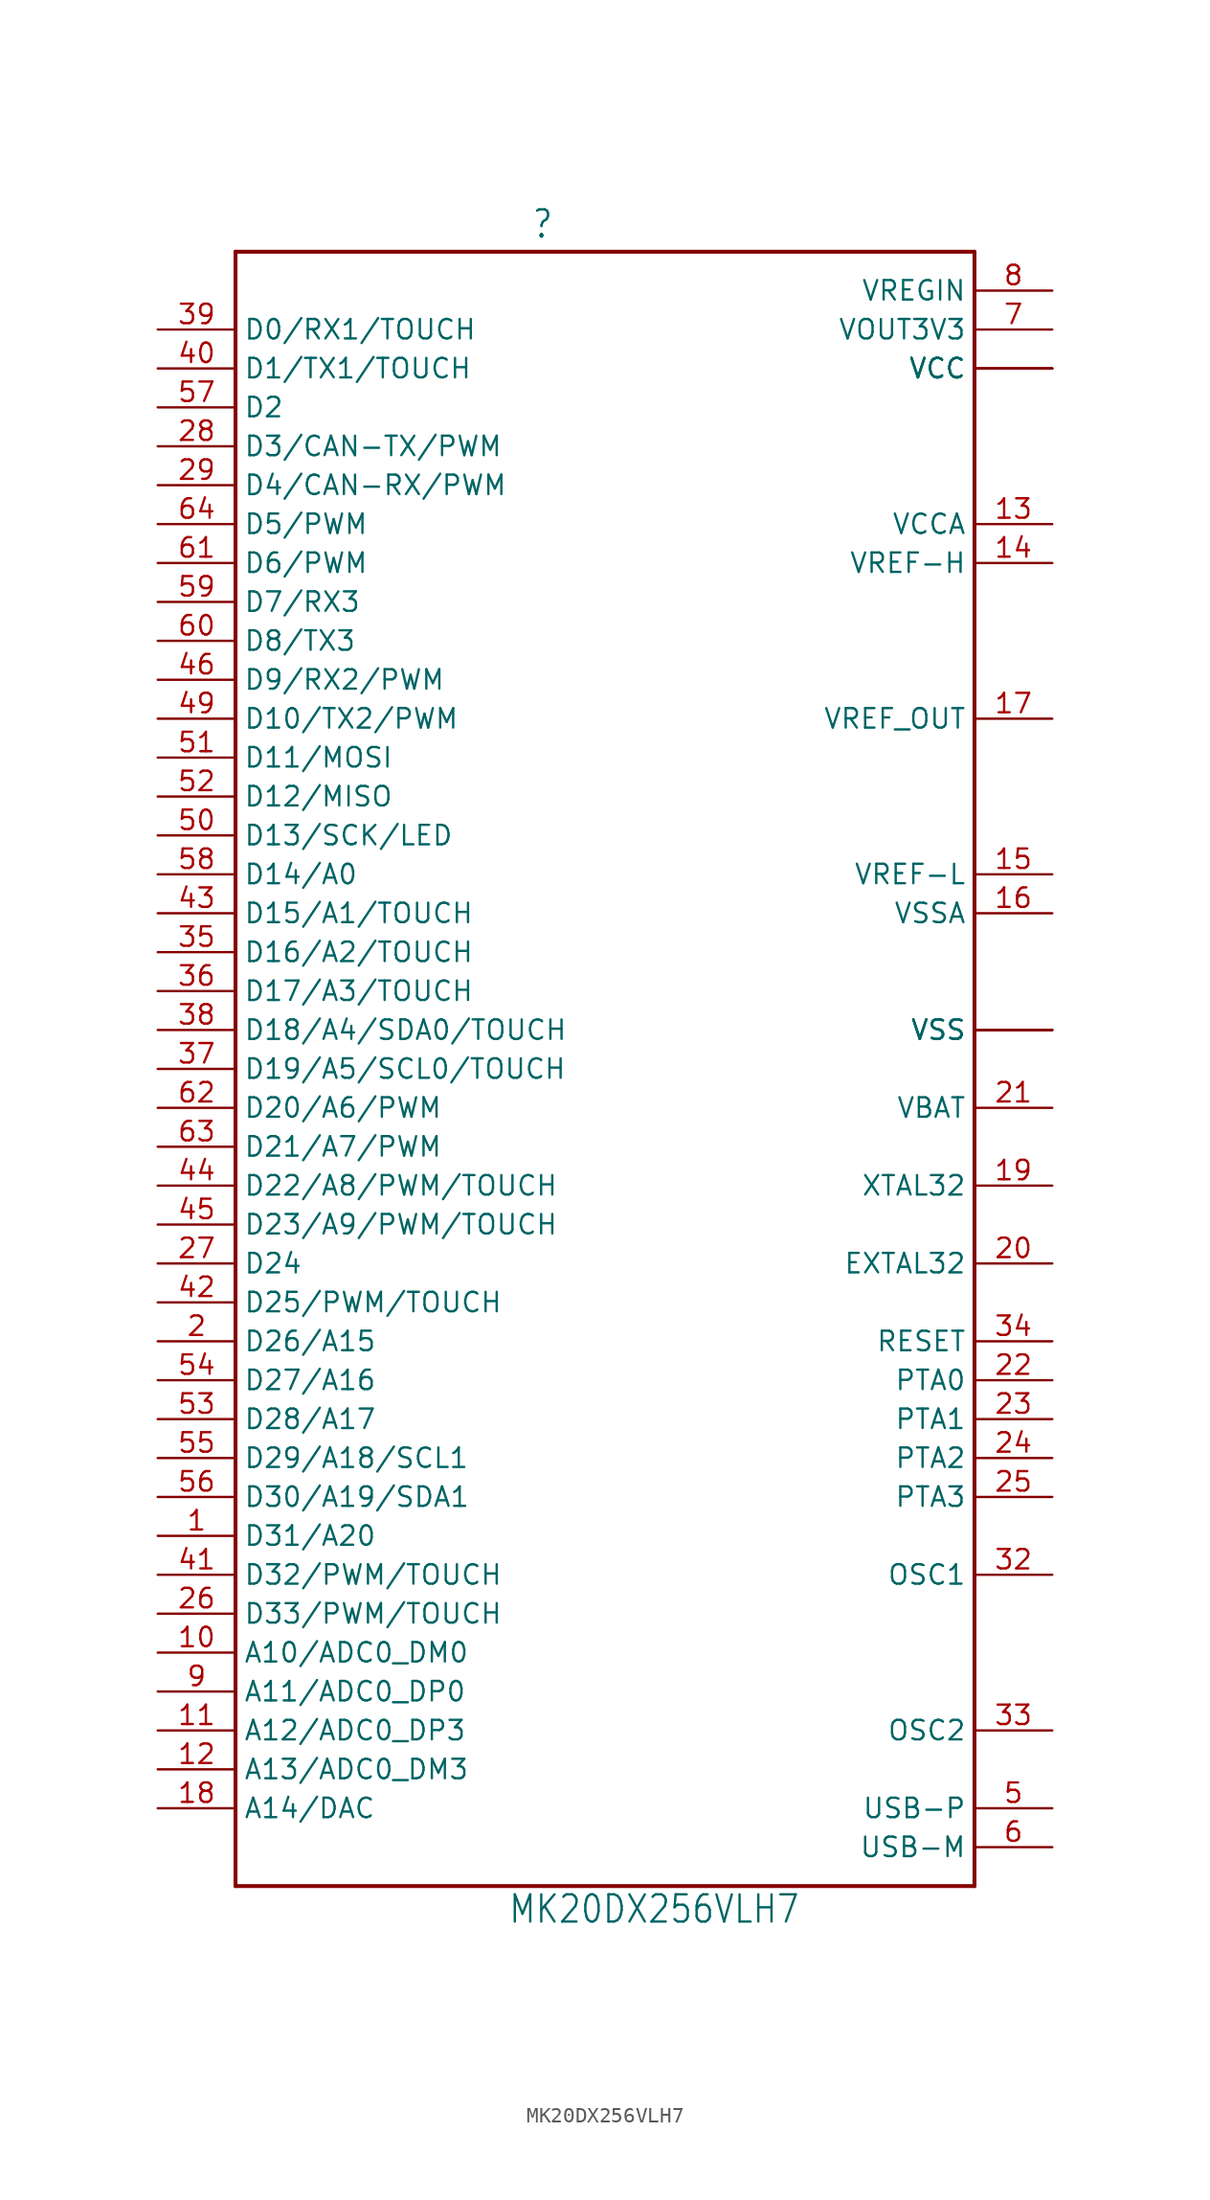
<source format=kicad_sym>
(kicad_symbol_lib
  (version 20211014)
  (generator kicad_symbol_editor)
  (symbol "MK20DX256VLH7"
    (property "Reference" ""
      (at -3.556 56.642 0)
      (effects (font (size 1.778 1.511)) (justify left bottom)))
    (property "Value" "MK20DX256VLH7"
      (at -5.08 -53.34 0)
      (effects (font (size 1.778 1.511)) (justify left bottom)))
    (property "ki_locked" ""
      (at 0 0 0)
      (effects (font (size 1.27 1.27))))
    (symbol "MK20DX256VLH7_1_0"
      (polyline (pts (xy -22.86 -50.8) (xy -22.86 55.88)) (stroke (width 0.254) (type default) (color 0 0 0 0)) (fill (type none)))
      (polyline (pts (xy -22.86 55.88) (xy 25.4 55.88)) (stroke (width 0.254) (type default) (color 0 0 0 0)) (fill (type none)))
      (polyline (pts (xy 25.4 -50.8) (xy -22.86 -50.8)) (stroke (width 0.254) (type default) (color 0 0 0 0)) (fill (type none)))
      (polyline (pts (xy 25.4 55.88) (xy 25.4 -50.8)) (stroke (width 0.254) (type default) (color 0 0 0 0)) (fill (type none)))
      (pin bidirectional line (at -27.94 -27.94 0) (length 5.08) (name "D31/A20" (effects (font (size 1.27 1.27)))) (number "1" (effects (font (size 1.27 1.27)))))
      (pin bidirectional line (at -27.94 -35.56 0) (length 5.08) (name "A10/ADC0_DM0" (effects (font (size 1.27 1.27)))) (number "10" (effects (font (size 1.27 1.27)))))
      (pin bidirectional line (at -27.94 -40.64 0) (length 5.08) (name "A12/ADC0_DP3" (effects (font (size 1.27 1.27)))) (number "11" (effects (font (size 1.27 1.27)))))
      (pin bidirectional line (at -27.94 -43.18 0) (length 5.08) (name "A13/ADC0_DM3" (effects (font (size 1.27 1.27)))) (number "12" (effects (font (size 1.27 1.27)))))
      (pin bidirectional line (at 30.48 38.1 180) (length 5.08) (name "VCCA" (effects (font (size 1.27 1.27)))) (number "13" (effects (font (size 1.27 1.27)))))
      (pin bidirectional line (at 30.48 35.56 180) (length 5.08) (name "VREF-H" (effects (font (size 1.27 1.27)))) (number "14" (effects (font (size 1.27 1.27)))))
      (pin bidirectional line (at 30.48 15.24 180) (length 5.08) (name "VREF-L" (effects (font (size 1.27 1.27)))) (number "15" (effects (font (size 1.27 1.27)))))
      (pin bidirectional line (at 30.48 12.7 180) (length 5.08) (name "VSSA" (effects (font (size 1.27 1.27)))) (number "16" (effects (font (size 1.27 1.27)))))
      (pin bidirectional line (at 30.48 25.4 180) (length 5.08) (name "VREF_OUT" (effects (font (size 1.27 1.27)))) (number "17" (effects (font (size 1.27 1.27)))))
      (pin bidirectional line (at -27.94 -45.72 0) (length 5.08) (name "A14/DAC" (effects (font (size 1.27 1.27)))) (number "18" (effects (font (size 1.27 1.27)))))
      (pin bidirectional line (at 30.48 -5.08 180) (length 5.08) (name "XTAL32" (effects (font (size 1.27 1.27)))) (number "19" (effects (font (size 1.27 1.27)))))
      (pin bidirectional line (at -27.94 -15.24 0) (length 5.08) (name "D26/A15" (effects (font (size 1.27 1.27)))) (number "2" (effects (font (size 1.27 1.27)))))
      (pin bidirectional line (at 30.48 -10.16 180) (length 5.08) (name "EXTAL32" (effects (font (size 1.27 1.27)))) (number "20" (effects (font (size 1.27 1.27)))))
      (pin bidirectional line (at 30.48 0 180) (length 5.08) (name "VBAT" (effects (font (size 1.27 1.27)))) (number "21" (effects (font (size 1.27 1.27)))))
      (pin bidirectional line (at 30.48 -17.78 180) (length 5.08) (name "PTA0" (effects (font (size 1.27 1.27)))) (number "22" (effects (font (size 1.27 1.27)))))
      (pin bidirectional line (at 30.48 -20.32 180) (length 5.08) (name "PTA1" (effects (font (size 1.27 1.27)))) (number "23" (effects (font (size 1.27 1.27)))))
      (pin bidirectional line (at 30.48 -22.86 180) (length 5.08) (name "PTA2" (effects (font (size 1.27 1.27)))) (number "24" (effects (font (size 1.27 1.27)))))
      (pin bidirectional line (at 30.48 -25.4 180) (length 5.08) (name "PTA3" (effects (font (size 1.27 1.27)))) (number "25" (effects (font (size 1.27 1.27)))))
      (pin bidirectional line (at -27.94 -33.02 0) (length 5.08) (name "D33/PWM/TOUCH" (effects (font (size 1.27 1.27)))) (number "26" (effects (font (size 1.27 1.27)))))
      (pin bidirectional line (at -27.94 -10.16 0) (length 5.08) (name "D24" (effects (font (size 1.27 1.27)))) (number "27" (effects (font (size 1.27 1.27)))))
      (pin bidirectional line (at -27.94 43.18 0) (length 5.08) (name "D3/CAN-TX/PWM" (effects (font (size 1.27 1.27)))) (number "28" (effects (font (size 1.27 1.27)))))
      (pin bidirectional line (at -27.94 40.64 0) (length 5.08) (name "D4/CAN-RX/PWM" (effects (font (size 1.27 1.27)))) (number "29" (effects (font (size 1.27 1.27)))))
      (pin bidirectional line (at 30.48 48.26 180) (length 5.08) (name "VCC" (effects (font (size 1.27 1.27)))) (number "3" (effects (font (size 0 0)))))
      (pin bidirectional line (at 30.48 48.26 180) (length 5.08) (name "VCC" (effects (font (size 1.27 1.27)))) (number "30" (effects (font (size 0 0)))))
      (pin bidirectional line (at 30.48 5.08 180) (length 5.08) (name "VSS" (effects (font (size 1.27 1.27)))) (number "31" (effects (font (size 0 0)))))
      (pin bidirectional line (at 30.48 -30.48 180) (length 5.08) (name "OSC1" (effects (font (size 1.27 1.27)))) (number "32" (effects (font (size 1.27 1.27)))))
      (pin bidirectional line (at 30.48 -40.64 180) (length 5.08) (name "OSC2" (effects (font (size 1.27 1.27)))) (number "33" (effects (font (size 1.27 1.27)))))
      (pin bidirectional line (at 30.48 -15.24 180) (length 5.08) (name "RESET" (effects (font (size 1.27 1.27)))) (number "34" (effects (font (size 1.27 1.27)))))
      (pin bidirectional line (at -27.94 10.16 0) (length 5.08) (name "D16/A2/TOUCH" (effects (font (size 1.27 1.27)))) (number "35" (effects (font (size 1.27 1.27)))))
      (pin bidirectional line (at -27.94 7.62 0) (length 5.08) (name "D17/A3/TOUCH" (effects (font (size 1.27 1.27)))) (number "36" (effects (font (size 1.27 1.27)))))
      (pin bidirectional line (at -27.94 2.54 0) (length 5.08) (name "D19/A5/SCL0/TOUCH" (effects (font (size 1.27 1.27)))) (number "37" (effects (font (size 1.27 1.27)))))
      (pin bidirectional line (at -27.94 5.08 0) (length 5.08) (name "D18/A4/SDA0/TOUCH" (effects (font (size 1.27 1.27)))) (number "38" (effects (font (size 1.27 1.27)))))
      (pin bidirectional line (at -27.94 50.8 0) (length 5.08) (name "D0/RX1/TOUCH" (effects (font (size 1.27 1.27)))) (number "39" (effects (font (size 1.27 1.27)))))
      (pin bidirectional line (at 30.48 5.08 180) (length 5.08) (name "VSS" (effects (font (size 1.27 1.27)))) (number "4" (effects (font (size 0 0)))))
      (pin bidirectional line (at -27.94 48.26 0) (length 5.08) (name "D1/TX1/TOUCH" (effects (font (size 1.27 1.27)))) (number "40" (effects (font (size 1.27 1.27)))))
      (pin bidirectional line (at -27.94 -30.48 0) (length 5.08) (name "D32/PWM/TOUCH" (effects (font (size 1.27 1.27)))) (number "41" (effects (font (size 1.27 1.27)))))
      (pin bidirectional line (at -27.94 -12.7 0) (length 5.08) (name "D25/PWM/TOUCH" (effects (font (size 1.27 1.27)))) (number "42" (effects (font (size 1.27 1.27)))))
      (pin bidirectional line (at -27.94 12.7 0) (length 5.08) (name "D15/A1/TOUCH" (effects (font (size 1.27 1.27)))) (number "43" (effects (font (size 1.27 1.27)))))
      (pin bidirectional line (at -27.94 -5.08 0) (length 5.08) (name "D22/A8/PWM/TOUCH" (effects (font (size 1.27 1.27)))) (number "44" (effects (font (size 1.27 1.27)))))
      (pin bidirectional line (at -27.94 -7.62 0) (length 5.08) (name "D23/A9/PWM/TOUCH" (effects (font (size 1.27 1.27)))) (number "45" (effects (font (size 1.27 1.27)))))
      (pin bidirectional line (at -27.94 27.94 0) (length 5.08) (name "D9/RX2/PWM" (effects (font (size 1.27 1.27)))) (number "46" (effects (font (size 1.27 1.27)))))
      (pin bidirectional line (at 30.48 5.08 180) (length 5.08) (name "VSS" (effects (font (size 1.27 1.27)))) (number "47" (effects (font (size 0 0)))))
      (pin bidirectional line (at 30.48 48.26 180) (length 5.08) (name "VCC" (effects (font (size 1.27 1.27)))) (number "48" (effects (font (size 0 0)))))
      (pin bidirectional line (at -27.94 25.4 0) (length 5.08) (name "D10/TX2/PWM" (effects (font (size 1.27 1.27)))) (number "49" (effects (font (size 1.27 1.27)))))
      (pin bidirectional line (at 30.48 -45.72 180) (length 5.08) (name "USB-P" (effects (font (size 1.27 1.27)))) (number "5" (effects (font (size 1.27 1.27)))))
      (pin bidirectional line (at -27.94 17.78 0) (length 5.08) (name "D13/SCK/LED" (effects (font (size 1.27 1.27)))) (number "50" (effects (font (size 1.27 1.27)))))
      (pin bidirectional line (at -27.94 22.86 0) (length 5.08) (name "D11/MOSI" (effects (font (size 1.27 1.27)))) (number "51" (effects (font (size 1.27 1.27)))))
      (pin bidirectional line (at -27.94 20.32 0) (length 5.08) (name "D12/MISO" (effects (font (size 1.27 1.27)))) (number "52" (effects (font (size 1.27 1.27)))))
      (pin bidirectional line (at -27.94 -20.32 0) (length 5.08) (name "D28/A17" (effects (font (size 1.27 1.27)))) (number "53" (effects (font (size 1.27 1.27)))))
      (pin bidirectional line (at -27.94 -17.78 0) (length 5.08) (name "D27/A16" (effects (font (size 1.27 1.27)))) (number "54" (effects (font (size 1.27 1.27)))))
      (pin bidirectional line (at -27.94 -22.86 0) (length 5.08) (name "D29/A18/SCL1" (effects (font (size 1.27 1.27)))) (number "55" (effects (font (size 1.27 1.27)))))
      (pin bidirectional line (at -27.94 -25.4 0) (length 5.08) (name "D30/A19/SDA1" (effects (font (size 1.27 1.27)))) (number "56" (effects (font (size 1.27 1.27)))))
      (pin bidirectional line (at -27.94 45.72 0) (length 5.08) (name "D2" (effects (font (size 1.27 1.27)))) (number "57" (effects (font (size 1.27 1.27)))))
      (pin bidirectional line (at -27.94 15.24 0) (length 5.08) (name "D14/A0" (effects (font (size 1.27 1.27)))) (number "58" (effects (font (size 1.27 1.27)))))
      (pin bidirectional line (at -27.94 33.02 0) (length 5.08) (name "D7/RX3" (effects (font (size 1.27 1.27)))) (number "59" (effects (font (size 1.27 1.27)))))
      (pin bidirectional line (at 30.48 -48.26 180) (length 5.08) (name "USB-M" (effects (font (size 1.27 1.27)))) (number "6" (effects (font (size 1.27 1.27)))))
      (pin bidirectional line (at -27.94 30.48 0) (length 5.08) (name "D8/TX3" (effects (font (size 1.27 1.27)))) (number "60" (effects (font (size 1.27 1.27)))))
      (pin bidirectional line (at -27.94 35.56 0) (length 5.08) (name "D6/PWM" (effects (font (size 1.27 1.27)))) (number "61" (effects (font (size 1.27 1.27)))))
      (pin bidirectional line (at -27.94 0 0) (length 5.08) (name "D20/A6/PWM" (effects (font (size 1.27 1.27)))) (number "62" (effects (font (size 1.27 1.27)))))
      (pin bidirectional line (at -27.94 -2.54 0) (length 5.08) (name "D21/A7/PWM" (effects (font (size 1.27 1.27)))) (number "63" (effects (font (size 1.27 1.27)))))
      (pin bidirectional line (at -27.94 38.1 0) (length 5.08) (name "D5/PWM" (effects (font (size 1.27 1.27)))) (number "64" (effects (font (size 1.27 1.27)))))
      (pin bidirectional line (at 30.48 50.8 180) (length 5.08) (name "VOUT3V3" (effects (font (size 1.27 1.27)))) (number "7" (effects (font (size 1.27 1.27)))))
      (pin bidirectional line (at 30.48 53.34 180) (length 5.08) (name "VREGIN" (effects (font (size 1.27 1.27)))) (number "8" (effects (font (size 1.27 1.27)))))
      (pin bidirectional line (at -27.94 -38.1 0) (length 5.08) (name "A11/ADC0_DP0" (effects (font (size 1.27 1.27)))) (number "9" (effects (font (size 1.27 1.27))))))))
</source>
